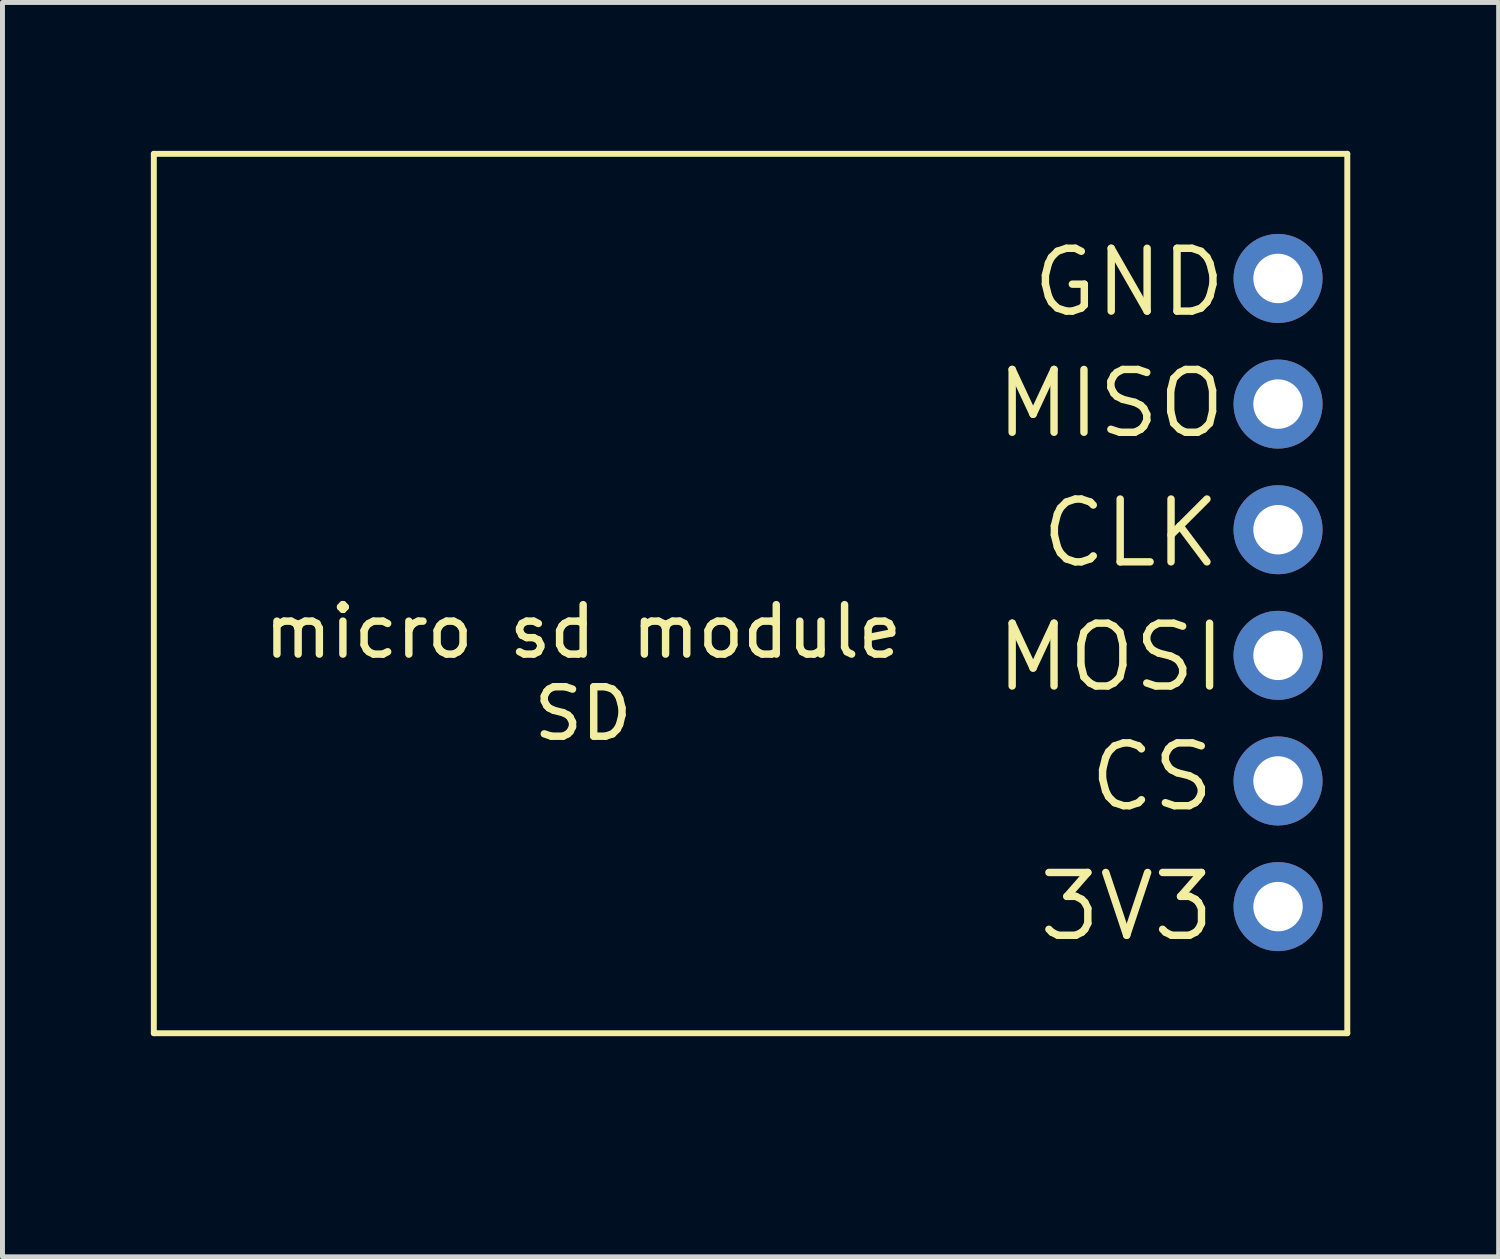
<source format=kicad_pcb>
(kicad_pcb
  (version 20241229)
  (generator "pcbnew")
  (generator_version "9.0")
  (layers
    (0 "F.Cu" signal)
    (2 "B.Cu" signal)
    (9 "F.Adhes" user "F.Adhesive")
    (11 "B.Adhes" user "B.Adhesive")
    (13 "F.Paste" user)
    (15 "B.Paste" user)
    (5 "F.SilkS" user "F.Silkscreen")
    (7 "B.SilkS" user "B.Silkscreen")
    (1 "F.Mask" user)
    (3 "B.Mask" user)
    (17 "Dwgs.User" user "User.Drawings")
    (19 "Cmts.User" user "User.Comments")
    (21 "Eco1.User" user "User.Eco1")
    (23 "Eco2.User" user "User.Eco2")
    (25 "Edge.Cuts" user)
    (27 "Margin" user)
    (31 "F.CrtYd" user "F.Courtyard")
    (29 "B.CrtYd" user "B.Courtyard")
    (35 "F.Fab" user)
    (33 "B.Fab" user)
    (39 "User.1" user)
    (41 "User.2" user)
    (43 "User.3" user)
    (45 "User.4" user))
  (footprint "SD"
    (layer "F.Cu")
    (at 10.22 19.11)
    (property "Reference" "SD" (at -1.48 -7.73 0) (layer "F.SilkS") (effects (font (size 1 1) (thickness 0.15))))
    (attr through_hole)
    (fp_line (start -10.16 -19.05) (end 13.97 -19.05) (stroke (width 0.12) (type solid)) (layer "F.SilkS"))
    (fp_line (start -10.16 -1.27) (end -10.16 -19.05) (stroke (width 0.12) (type solid)) (layer "F.SilkS"))
    (fp_line (start 13.97 -19.05) (end 13.97 -1.27) (stroke (width 0.12) (type solid)) (layer "F.SilkS"))
    (fp_line (start 13.97 -1.27) (end -10.16 -1.27) (stroke (width 0.12) (type solid)) (layer "F.SilkS"))
    (fp_text user "CLK" (at 9.59 -11.38 180) (layer "F.SilkS") (effects (font (size 1.27 1.27) (thickness 0.15))))
    (fp_text user "GND" (at 9.56 -16.45 180) (layer "F.SilkS") (effects (font (size 1.27 1.27) (thickness 0.15))))
    (fp_text user "micro sd module" (at -1.48 -9.39 0) (layer "F.SilkS") (effects (font (size 1 1) (thickness 0.15))))
    (fp_text user "MOSI" (at 9.19 -8.87 180) (layer "F.SilkS") (effects (font (size 1.27 1.27) (thickness 0.15))))
    (fp_text user "3V3" (at 9.51 -3.83 180) (layer "F.SilkS") (effects (font (size 1.27 1.27) (thickness 0.15))))
    (fp_text user "CS" (at 10.02 -6.45 180) (layer "F.SilkS") (effects (font (size 1.27 1.27) (thickness 0.15))))
    (fp_text user "MISO" (at 9.19 -14 180) (layer "F.SilkS") (effects (font (size 1.27 1.27) (thickness 0.15))))
    (pad "1" thru_hole circle (at 12.57 -3.83 180) (size 1.8 1.8) (drill 1) (layers "*.Cu" "*.Mask"))
    (pad "2" thru_hole circle (at 12.57 -6.37 180) (size 1.8 1.8) (drill 1) (layers "*.Cu" "*.Mask"))
    (pad "3" thru_hole circle (at 12.57 -8.91 180) (size 1.8 1.8) (drill 1) (layers "*.Cu" "*.Mask"))
    (pad "4" thru_hole circle (at 12.57 -11.45 180) (size 1.8 1.8) (drill 1) (layers "*.Cu" "*.Mask"))
    (pad "5" thru_hole circle (at 12.57 -13.99 180) (size 1.8 1.8) (drill 1) (layers "*.Cu" "*.Mask"))
    (pad "6" thru_hole circle (at 12.57 -16.53 180) (size 1.8 1.8) (drill 1) (layers "*.Cu" "*.Mask")))
  (gr_rect
    (start -3 -3)
    (end 27.25 22.36)
    (stroke (width 0.1) (type default))
    (fill no)
    (layer "Edge.Cuts")))
</source>
